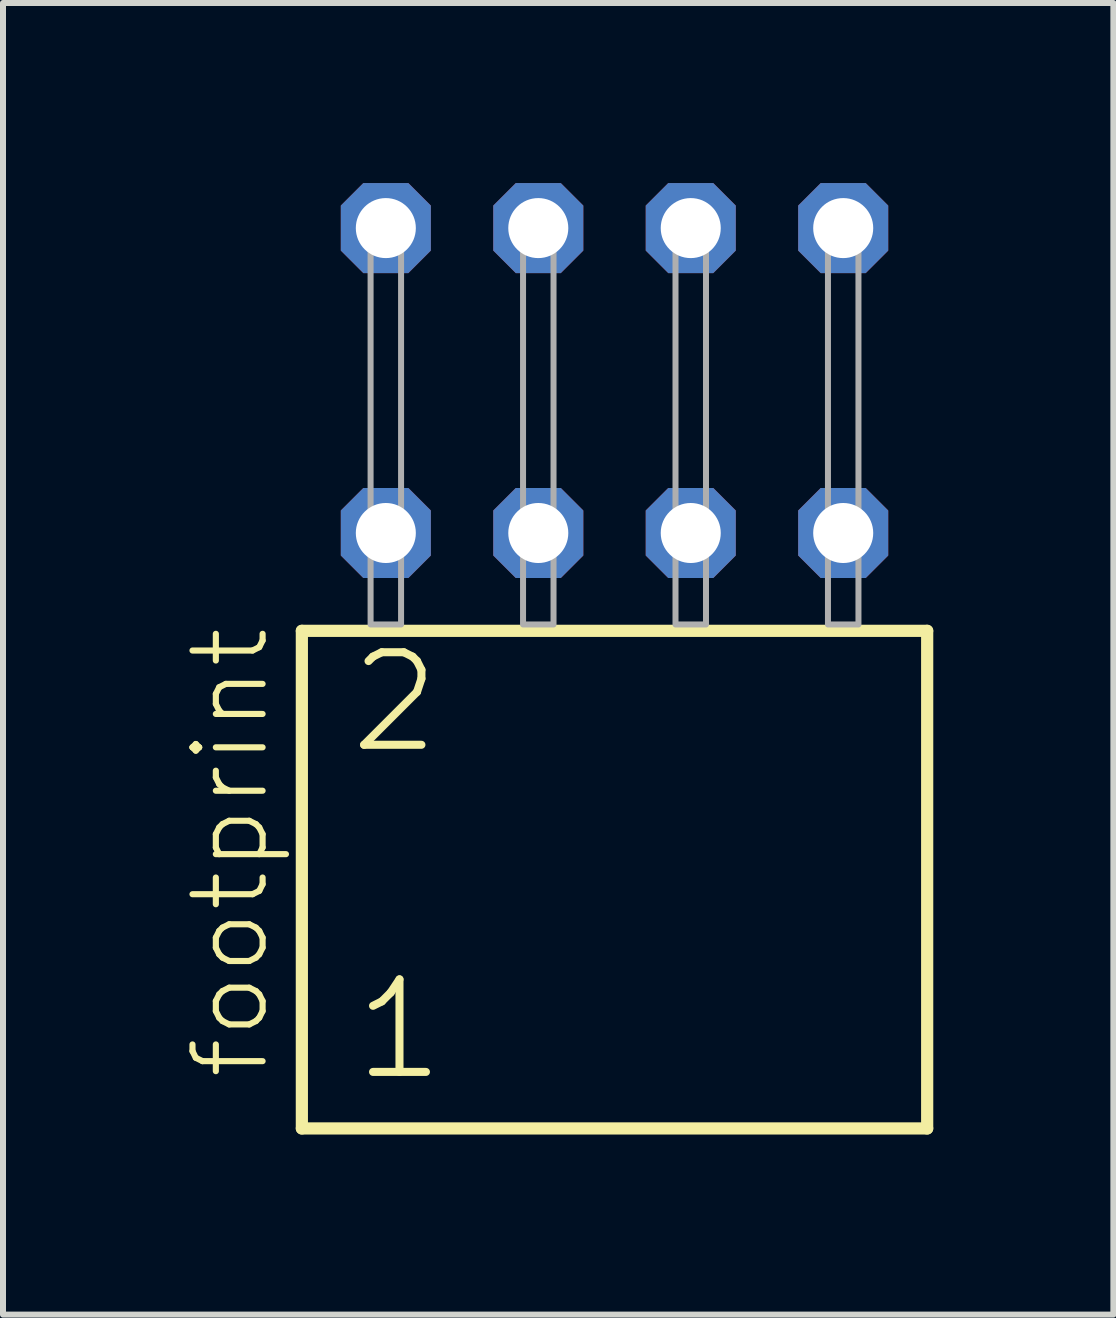
<source format=kicad_pcb>
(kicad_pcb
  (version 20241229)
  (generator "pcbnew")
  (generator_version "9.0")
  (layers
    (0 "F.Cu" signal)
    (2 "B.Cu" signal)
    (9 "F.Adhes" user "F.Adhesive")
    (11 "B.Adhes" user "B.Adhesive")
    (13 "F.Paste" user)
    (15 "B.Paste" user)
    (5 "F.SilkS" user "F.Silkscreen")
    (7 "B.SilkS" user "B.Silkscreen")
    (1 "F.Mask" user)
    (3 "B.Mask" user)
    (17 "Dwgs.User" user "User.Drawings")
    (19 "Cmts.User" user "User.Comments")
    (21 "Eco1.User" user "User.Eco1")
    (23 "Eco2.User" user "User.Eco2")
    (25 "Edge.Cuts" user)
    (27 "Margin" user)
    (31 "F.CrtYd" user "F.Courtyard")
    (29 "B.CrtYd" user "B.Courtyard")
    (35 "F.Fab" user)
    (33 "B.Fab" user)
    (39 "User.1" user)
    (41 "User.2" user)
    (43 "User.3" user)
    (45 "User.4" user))
  (footprint "footprint"
    (layer "F.Cu")
    (at 7.188 7.354)
    (property "Reference" "footprint" (at -5.715 7.62 90) (layer "F.SilkS") (effects (font (size 1.168 1.168) (thickness 0.102)) (justify left bottom)))
    (fp_line (start -5.209 0.106) (end -5.209 8.396) (stroke (width 0.203) (type solid)) (layer "F.SilkS"))
    (fp_line (start -5.209 8.396) (end 5.209 8.396) (stroke (width 0.203) (type solid)) (layer "F.SilkS"))
    (fp_line (start 5.209 0.106) (end -5.209 0.106) (stroke (width 0.203) (type solid)) (layer "F.SilkS"))
    (fp_line (start 5.209 8.396) (end 5.209 0.106) (stroke (width 0.203) (type solid)) (layer "F.SilkS"))
    (fp_poly (pts (xy -4.064 0) (xy -3.556 0) (xy -3.556 -6.858) (xy -4.064 -6.858)) (stroke (width 0.1) (type solid)) (fill no) (layer "F.Fab"))
    (fp_poly (pts (xy -1.524 0) (xy -1.016 0) (xy -1.016 -6.858) (xy -1.524 -6.858)) (stroke (width 0.1) (type solid)) (fill no) (layer "F.Fab"))
    (fp_poly (pts (xy 1.016 0) (xy 1.524 0) (xy 1.524 -6.858) (xy 1.016 -6.858)) (stroke (width 0.1) (type solid)) (fill no) (layer "F.Fab"))
    (fp_poly (pts (xy 3.556 0) (xy 4.064 0) (xy 4.064 -6.858) (xy 3.556 -6.858)) (stroke (width 0.1) (type solid)) (fill no) (layer "F.Fab"))
    (fp_text user "1" (at -4.405 7.65 0) (layer "F.SilkS") (effects (font (size 1.542 1.542) (thickness 0.134)) (justify left bottom)))
    (fp_text user "2" (at -4.48 2.2 0) (layer "F.SilkS") (effects (font (size 1.542 1.542) (thickness 0.134)) (justify left bottom)))
    (pad "1" thru_hole roundrect (at -3.81 -1.524) (size 1.5 1.5) (drill 1) (layers "*.Cu" "*.Mask") (roundrect_rratio 0.25) (chamfer_ratio 0.25) (chamfer top_left top_right bottom_left bottom_right))
    (pad "2" thru_hole roundrect (at -3.81 -6.604) (size 1.5 1.5) (drill 1) (layers "*.Cu" "*.Mask") (roundrect_rratio 0.25) (chamfer_ratio 0.25) (chamfer top_left top_right bottom_left bottom_right))
    (pad "3" thru_hole roundrect (at -1.27 -1.524) (size 1.5 1.5) (drill 1) (layers "*.Cu" "*.Mask") (roundrect_rratio 0.25) (chamfer_ratio 0.25) (chamfer top_left top_right bottom_left bottom_right))
    (pad "4" thru_hole roundrect (at -1.27 -6.604) (size 1.5 1.5) (drill 1) (layers "*.Cu" "*.Mask") (roundrect_rratio 0.25) (chamfer_ratio 0.25) (chamfer top_left top_right bottom_left bottom_right))
    (pad "5" thru_hole roundrect (at 1.27 -1.524) (size 1.5 1.5) (drill 1) (layers "*.Cu" "*.Mask") (roundrect_rratio 0.25) (chamfer_ratio 0.25) (chamfer top_left top_right bottom_left bottom_right))
    (pad "6" thru_hole roundrect (at 1.27 -6.604) (size 1.5 1.5) (drill 1) (layers "*.Cu" "*.Mask") (roundrect_rratio 0.25) (chamfer_ratio 0.25) (chamfer top_left top_right bottom_left bottom_right))
    (pad "7" thru_hole roundrect (at 3.81 -1.524) (size 1.5 1.5) (drill 1) (layers "*.Cu" "*.Mask") (roundrect_rratio 0.25) (chamfer_ratio 0.25) (chamfer top_left top_right bottom_left bottom_right))
    (pad "8" thru_hole roundrect (at 3.81 -6.604) (size 1.5 1.5) (drill 1) (layers "*.Cu" "*.Mask") (roundrect_rratio 0.25) (chamfer_ratio 0.25) (chamfer top_left top_right bottom_left bottom_right)))
  (gr_rect
    (start -3 -3)
    (end 15.499 18.852)
    (stroke (width 0.1) (type default))
    (fill no)
    (layer "Edge.Cuts")))
</source>
